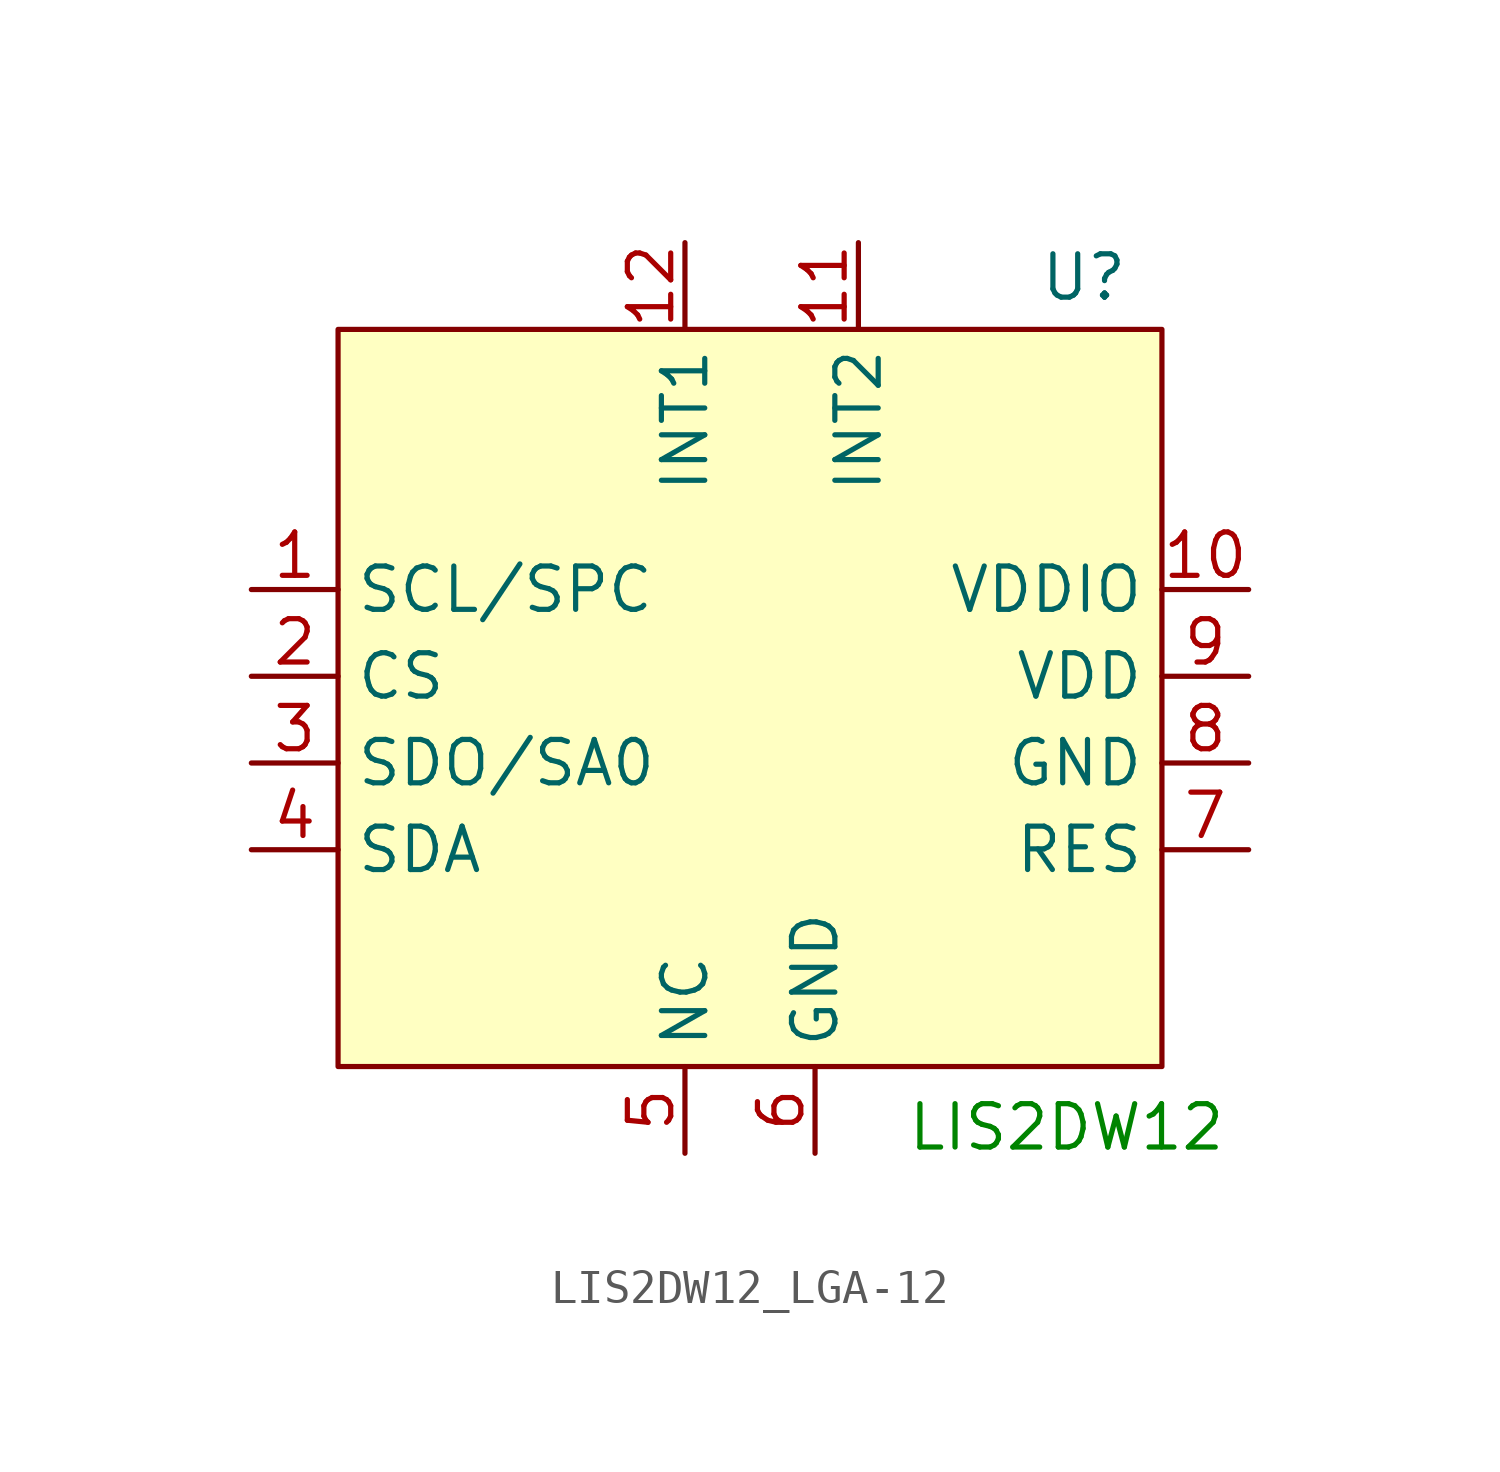
<source format=kicad_sym>
(kicad_symbol_lib
  (version 20241209)
  (generator "kicad_symbol_editor")
  (generator_version "9.0")
  (symbol "LIS2DW12_LGA-12"
    (property "Reference" "U"
      (at 9.144 11.684 0)
      (effects (font (size 1.27 1.27))))
    (property "Value" ""
      (at 0 0 0)
      (effects (font (size 1.27 1.27))))
    (symbol "LIS2DW12_LGA-12_1_1"
      (rectangle (start -12.7 10.16) (end 11.43 -11.43) (stroke (width 0) (type solid)) (fill (type color) (color 255 255 194 1)))
      (text "LIS2DW12" (at 8.636 -13.208 0) (effects (font (size 1.27 1.27) (color 0 132 0 1))))
      (pin input line (at -15.24 2.54 0) (length 2.54) (name "SCL/SPC" (effects (font (size 1.27 1.27)))) (number "1" (effects (font (size 1.27 1.27)))))
      (pin input line (at -15.24 0 0) (length 2.54) (name "CS" (effects (font (size 1.27 1.27)))) (number "2" (effects (font (size 1.27 1.27)))))
      (pin bidirectional line (at -15.24 -2.54 0) (length 2.54) (name "SDO/SA0" (effects (font (size 1.27 1.27)))) (number "3" (effects (font (size 1.27 1.27)))))
      (pin bidirectional line (at -15.24 -5.08 0) (length 2.54) (name "SDA" (effects (font (size 1.27 1.27)))) (number "4" (effects (font (size 1.27 1.27)))))
      (pin output line (at -2.54 12.7 270) (length 2.54) (name "INT1" (effects (font (size 1.27 1.27)))) (number "12" (effects (font (size 1.27 1.27)))))
      (pin input line (at -2.54 -13.97 90) (length 2.54) (name "NC" (effects (font (size 1.27 1.27)))) (number "5" (effects (font (size 1.27 1.27)))))
      (pin input line (at 1.27 -13.97 90) (length 2.54) (name "GND" (effects (font (size 1.27 1.27)))) (number "6" (effects (font (size 1.27 1.27)))))
      (pin bidirectional line (at 2.54 12.7 270) (length 2.54) (name "INT2" (effects (font (size 1.27 1.27)))) (number "11" (effects (font (size 1.27 1.27)))))
      (pin input line (at 13.97 2.54 180) (length 2.54) (name "VDDIO" (effects (font (size 1.27 1.27)))) (number "10" (effects (font (size 1.27 1.27)))))
      (pin input line (at 13.97 0 180) (length 2.54) (name "VDD" (effects (font (size 1.27 1.27)))) (number "9" (effects (font (size 1.27 1.27)))))
      (pin input line (at 13.97 -2.54 180) (length 2.54) (name "GND" (effects (font (size 1.27 1.27)))) (number "8" (effects (font (size 1.27 1.27)))))
      (pin input line (at 13.97 -5.08 180) (length 2.54) (name "RES" (effects (font (size 1.27 1.27)))) (number "7" (effects (font (size 1.27 1.27))))))))
</source>
